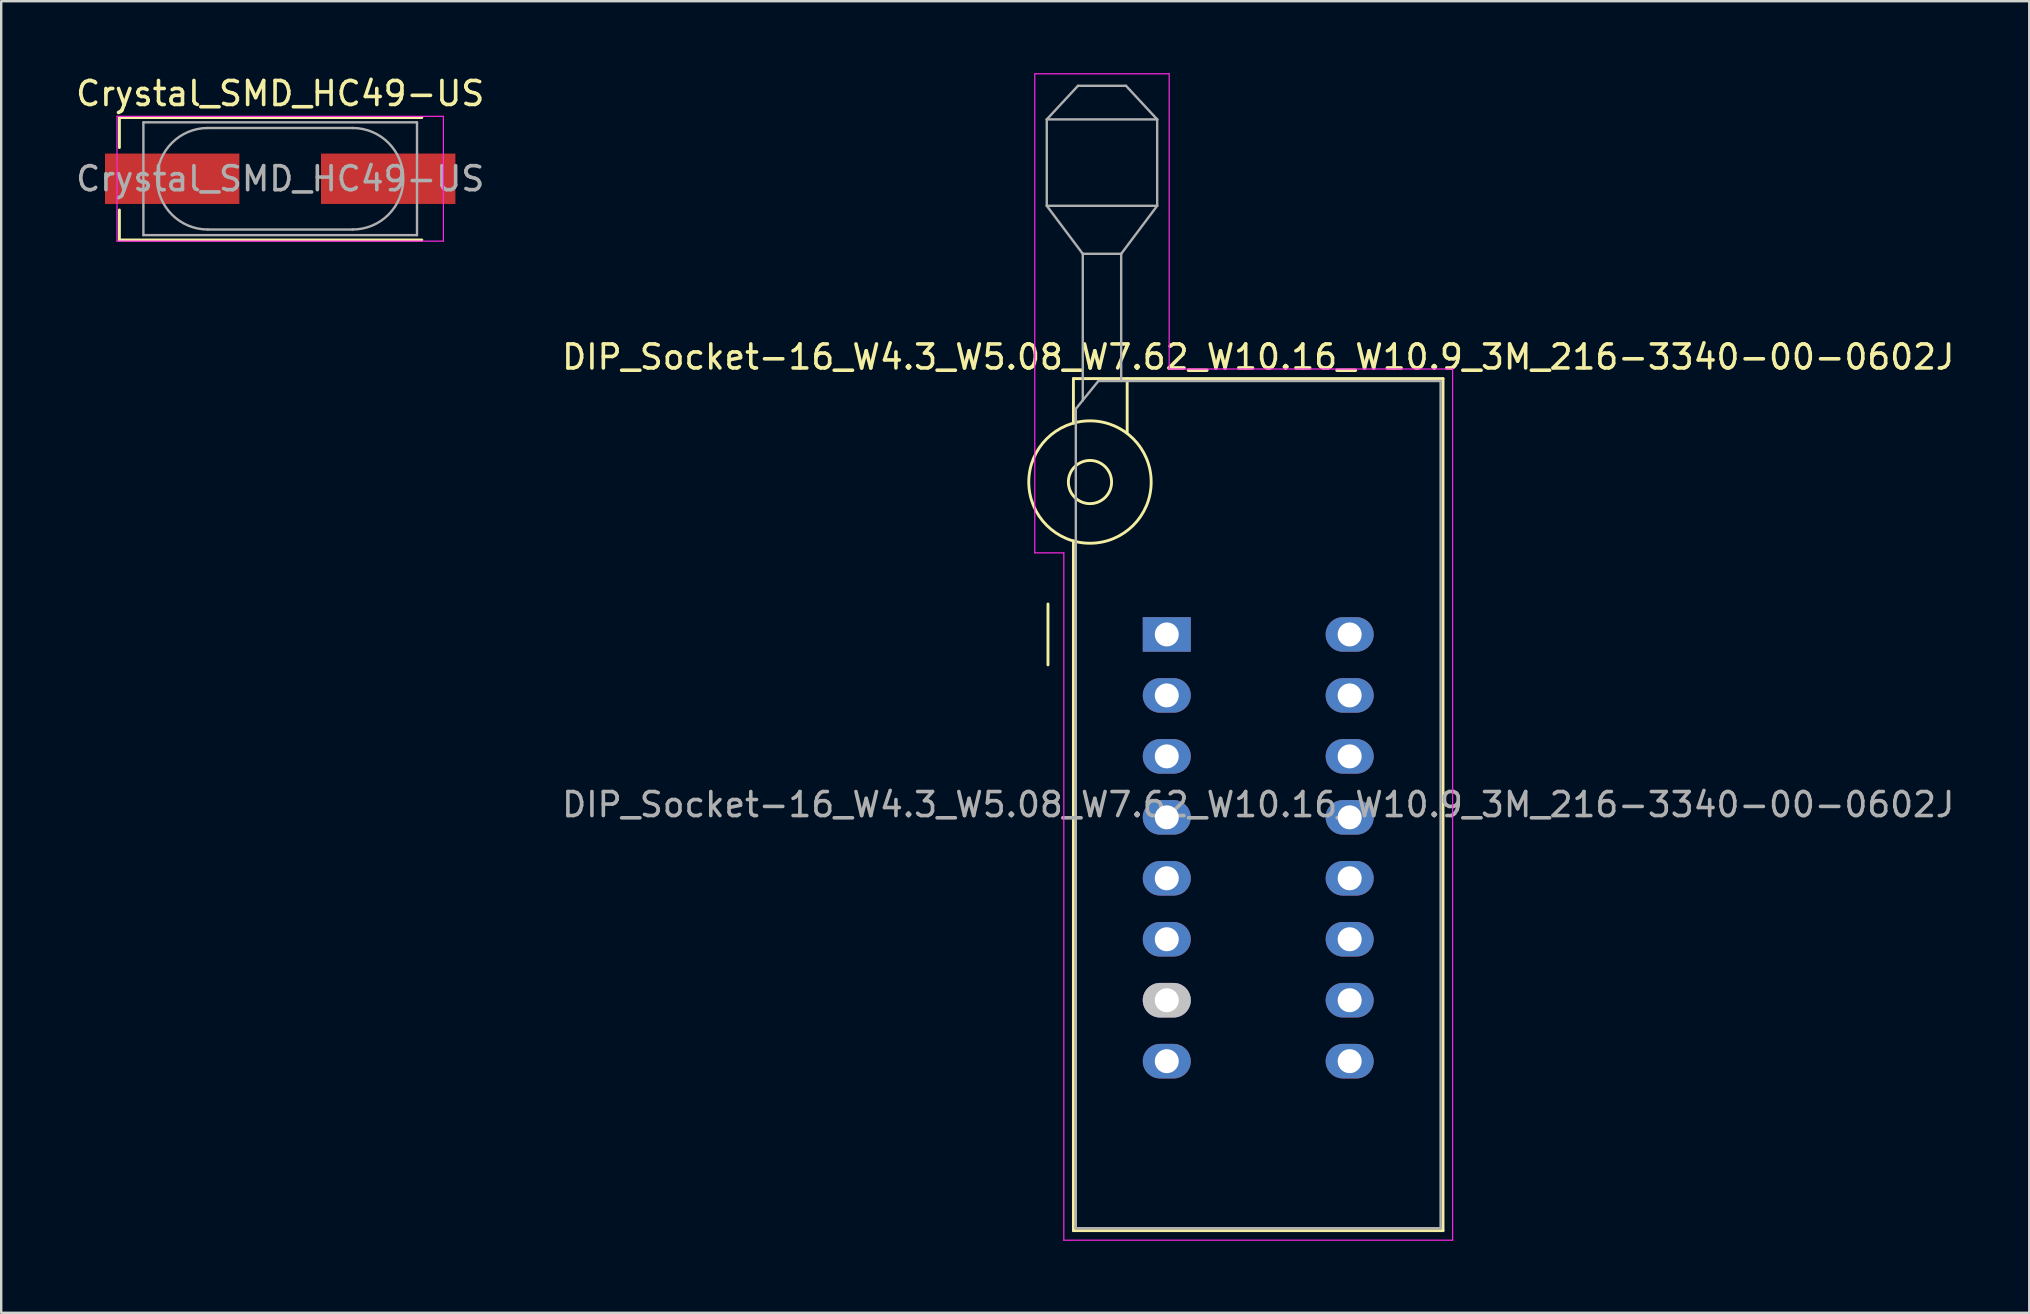
<source format=kicad_pcb>
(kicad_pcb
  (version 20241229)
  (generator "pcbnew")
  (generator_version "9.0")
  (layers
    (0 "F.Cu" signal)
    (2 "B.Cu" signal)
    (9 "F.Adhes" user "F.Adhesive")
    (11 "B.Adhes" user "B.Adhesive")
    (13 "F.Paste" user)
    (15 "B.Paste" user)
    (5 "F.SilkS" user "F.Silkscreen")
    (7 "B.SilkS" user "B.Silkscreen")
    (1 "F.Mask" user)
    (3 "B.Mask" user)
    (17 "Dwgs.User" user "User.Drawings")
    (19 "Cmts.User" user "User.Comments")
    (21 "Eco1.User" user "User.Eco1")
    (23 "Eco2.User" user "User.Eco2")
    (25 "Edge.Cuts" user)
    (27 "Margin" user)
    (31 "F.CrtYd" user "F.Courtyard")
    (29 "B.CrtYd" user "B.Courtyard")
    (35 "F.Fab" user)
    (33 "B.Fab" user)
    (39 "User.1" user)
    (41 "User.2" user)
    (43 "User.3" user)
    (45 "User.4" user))
  (footprint "Crystal_SMD_HC49-US"
    (layer "F.Cu")
    (at 8.625 4.398)
    (property "Reference" "Crystal_SMD_HC49-US" (at 0 -3.55 0) (layer "F.SilkS") (effects (font (size 1 1) (thickness 0.15))))
    (attr smd)
    (fp_line (start -6.7 -2.55) (end -6.7 -1.3) (stroke (width 0.12) (type solid)) (layer "F.SilkS"))
    (fp_line (start -6.7 1.3) (end -6.7 2.55) (stroke (width 0.12) (type solid)) (layer "F.SilkS"))
    (fp_line (start -6.7 2.55) (end 5.9 2.55) (stroke (width 0.12) (type solid)) (layer "F.SilkS"))
    (fp_line (start 5.9 -2.55) (end -6.7 -2.55) (stroke (width 0.12) (type solid)) (layer "F.SilkS"))
    (fp_line (start -6.8 -2.6) (end -6.8 2.6) (stroke (width 0.05) (type solid)) (layer "F.CrtYd"))
    (fp_line (start -6.8 2.6) (end 6.8 2.6) (stroke (width 0.05) (type solid)) (layer "F.CrtYd"))
    (fp_line (start 6.8 -2.6) (end -6.8 -2.6) (stroke (width 0.05) (type solid)) (layer "F.CrtYd"))
    (fp_line (start 6.8 2.6) (end 6.8 -2.6) (stroke (width 0.05) (type solid)) (layer "F.CrtYd"))
    (fp_line (start -5.7 -2.35) (end -5.7 2.35) (stroke (width 0.1) (type solid)) (layer "F.Fab"))
    (fp_line (start -5.7 2.35) (end 5.7 2.35) (stroke (width 0.1) (type solid)) (layer "F.Fab"))
    (fp_line (start -3.015 -2.115) (end 3.015 -2.115) (stroke (width 0.1) (type solid)) (layer "F.Fab"))
    (fp_line (start -3.015 2.115) (end 3.015 2.115) (stroke (width 0.1) (type solid)) (layer "F.Fab"))
    (fp_line (start 5.7 -2.35) (end -5.7 -2.35) (stroke (width 0.1) (type solid)) (layer "F.Fab"))
    (fp_line (start 5.7 2.35) (end 5.7 -2.35) (stroke (width 0.1) (type solid)) (layer "F.Fab"))
    (fp_arc (start -3.015 2.115) (mid -5.13 0) (end -3.015 -2.115) (stroke (width 0.1) (type solid)) (layer "F.Fab"))
    (fp_arc (start 3.015 -2.115) (mid 5.13 0) (end 3.015 2.115) (stroke (width 0.1) (type solid)) (layer "F.Fab"))
    (fp_text user "${REFERENCE}" (at 0 0 0) (layer "F.Fab") (effects (font (size 1 1) (thickness 0.15))))
    (pad "1" smd rect (at -4.5 0) (size 5.6 2.1) (layers "F.Cu" "F.Mask" "F.Paste"))
    (pad "2" smd rect (at 4.5 0) (size 5.6 2.1) (layers "F.Cu" "F.Mask" "F.Paste")))
  (footprint "DIP_Socket-16_W4.3_W5.08_W7.62_W10.16_W10.9_3M_216-3340-00-0602J"
    (layer "F.Cu")
    (at 45.565 23.385)
    (property "Reference" "DIP_Socket-16_W4.3_W5.08_W7.62_W10.16_W10.9_3M_216-3340-00-0602J" (at 3.81 -11.56 0) (layer "F.SilkS") (effects (font (size 1 1) (thickness 0.15))))
    (attr through_hole)
    (fp_line (start -4.95 1.27) (end -4.95 -1.27) (stroke (width 0.12) (type solid)) (layer "F.SilkS"))
    (fp_line (start -3.89 -10.66) (end -3.89 -8.8) (stroke (width 0.12) (type solid)) (layer "F.SilkS"))
    (fp_line (start -3.89 -3.9) (end -3.89 24.84) (stroke (width 0.12) (type solid)) (layer "F.SilkS"))
    (fp_line (start -3.89 24.84) (end 11.51 24.84) (stroke (width 0.12) (type solid)) (layer "F.SilkS"))
    (fp_line (start -1.65 -10.66) (end -1.65 -8.4) (stroke (width 0.12) (type solid)) (layer "F.SilkS"))
    (fp_line (start 11.51 -10.66) (end -3.89 -10.66) (stroke (width 0.12) (type solid)) (layer "F.SilkS"))
    (fp_line (start 11.51 24.84) (end 11.51 -10.66) (stroke (width 0.12) (type solid)) (layer "F.SilkS"))
    (fp_circle (center -3.2 -6.35) (end -2.3 -6.35) (stroke (width 0.12) (type solid)) (fill no) (layer "F.SilkS"))
    (fp_circle (center -3.2 -6.35) (end -0.65 -6.35) (stroke (width 0.12) (type solid)) (fill no) (layer "F.SilkS"))
    (fp_line (start -5.5 -23.36) (end 0.1 -23.36) (stroke (width 0.05) (type solid)) (layer "F.CrtYd"))
    (fp_line (start -5.5 -3.4) (end -5.5 -23.36) (stroke (width 0.05) (type solid)) (layer "F.CrtYd"))
    (fp_line (start -4.29 -3.4) (end -5.5 -3.4) (stroke (width 0.05) (type solid)) (layer "F.CrtYd"))
    (fp_line (start -4.29 25.24) (end -4.29 -3.4) (stroke (width 0.05) (type solid)) (layer "F.CrtYd"))
    (fp_line (start 0.1 -23.36) (end 0.1 -11.06) (stroke (width 0.05) (type solid)) (layer "F.CrtYd"))
    (fp_line (start 0.1 -11.06) (end 11.91 -11.06) (stroke (width 0.05) (type solid)) (layer "F.CrtYd"))
    (fp_line (start 11.91 -11.06) (end 11.91 25.24) (stroke (width 0.05) (type solid)) (layer "F.CrtYd"))
    (fp_line (start 11.91 25.24) (end -4.29 25.24) (stroke (width 0.05) (type solid)) (layer "F.CrtYd"))
    (fp_line (start -5 -21.46) (end -5 -17.86) (stroke (width 0.1) (type solid)) (layer "F.Fab"))
    (fp_line (start -5 -21.46) (end -3.7 -22.86) (stroke (width 0.1) (type solid)) (layer "F.Fab"))
    (fp_line (start -5 -17.86) (end -3.5 -15.86) (stroke (width 0.1) (type solid)) (layer "F.Fab"))
    (fp_line (start -5 -17.86) (end -0.4 -17.86) (stroke (width 0.1) (type solid)) (layer "F.Fab"))
    (fp_line (start -3.79 -9.4) (end -2.85 -10.56) (stroke (width 0.1) (type solid)) (layer "F.Fab"))
    (fp_line (start -3.79 24.74) (end -3.79 -9.4) (stroke (width 0.1) (type solid)) (layer "F.Fab"))
    (fp_line (start -3.7 -22.86) (end -1.7 -22.86) (stroke (width 0.1) (type solid)) (layer "F.Fab"))
    (fp_line (start -3.5 -15.86) (end -1.9 -15.86) (stroke (width 0.1) (type solid)) (layer "F.Fab"))
    (fp_line (start -3.5 -9.75) (end -3.5 -15.86) (stroke (width 0.1) (type solid)) (layer "F.Fab"))
    (fp_line (start -2.85 -10.56) (end 11.41 -10.56) (stroke (width 0.1) (type solid)) (layer "F.Fab"))
    (fp_line (start -1.9 -15.86) (end -1.9 -10.56) (stroke (width 0.1) (type solid)) (layer "F.Fab"))
    (fp_line (start -1.7 -22.86) (end -0.4 -21.46) (stroke (width 0.1) (type solid)) (layer "F.Fab"))
    (fp_line (start -0.4 -21.46) (end -5 -21.46) (stroke (width 0.1) (type solid)) (layer "F.Fab"))
    (fp_line (start -0.4 -17.86) (end -1.9 -15.86) (stroke (width 0.1) (type solid)) (layer "F.Fab"))
    (fp_line (start -0.4 -17.86) (end -0.4 -21.46) (stroke (width 0.1) (type solid)) (layer "F.Fab"))
    (fp_line (start 11.41 -10.56) (end 11.41 24.74) (stroke (width 0.1) (type solid)) (layer "F.Fab"))
    (fp_line (start 11.41 24.74) (end -3.79 24.74) (stroke (width 0.1) (type solid)) (layer "F.Fab"))
    (fp_text user "${REFERENCE}" (at 3.81 7.09 0) (layer "F.Fab") (effects (font (size 1 1) (thickness 0.15))))
    (pad "" thru_hole oval (at 0 10.16) (size 2 1.44) (drill 1) (layers "*.Cu" "*.Mask"))
    (pad "" thru_hole oval (at 0 12.7) (size 2 1.44) (drill 1) (layers "*.Cu" "*.Mask"))
    (pad "" thru_hole oval (at 0 15.24) (size 2 1.44) (drill 1) (layers "*.Cu" "*.Mask" "Dwgs.User"))
    (pad "" thru_hole oval (at 0 17.78) (size 2 1.44) (drill 1) (layers "*.Cu" "*.Mask"))
    (pad "" thru_hole oval (at 7.62 10.16) (size 2 1.44) (drill 1) (layers "*.Cu" "*.Mask"))
    (pad "" thru_hole oval (at 7.62 12.7) (size 2 1.44) (drill 1) (layers "*.Cu" "*.Mask"))
    (pad "" thru_hole oval (at 7.62 15.24) (size 2 1.44) (drill 1) (layers "*.Cu" "*.Mask"))
    (pad "" thru_hole oval (at 7.62 17.78) (size 2 1.44) (drill 1) (layers "*.Cu" "*.Mask"))
    (pad "1" thru_hole rect (at 0 0) (size 2 1.44) (drill 1) (layers "*.Cu" "*.Mask"))
    (pad "2" thru_hole oval (at 0 2.54) (size 2 1.44) (drill 1) (layers "*.Cu" "*.Mask"))
    (pad "3" thru_hole oval (at 0 5.08) (size 2 1.44) (drill 1) (layers "*.Cu" "*.Mask"))
    (pad "4" thru_hole oval (at 0 7.62) (size 2 1.44) (drill 1) (layers "*.Cu" "*.Mask"))
    (pad "5" thru_hole oval (at 7.62 7.62) (size 2 1.44) (drill 1) (layers "*.Cu" "*.Mask"))
    (pad "6" thru_hole oval (at 7.62 5.08) (size 2 1.44) (drill 1) (layers "*.Cu" "*.Mask"))
    (pad "7" thru_hole oval (at 7.62 2.54) (size 2 1.44) (drill 1) (layers "*.Cu" "*.Mask"))
    (pad "8" thru_hole oval (at 7.62 0) (size 2 1.44) (drill 1) (layers "*.Cu" "*.Mask")))
  (gr_rect
    (start -3 -3)
    (end 81.5 51.65)
    (stroke (width 0.1) (type default))
    (fill no)
    (layer "Edge.Cuts")))
</source>
